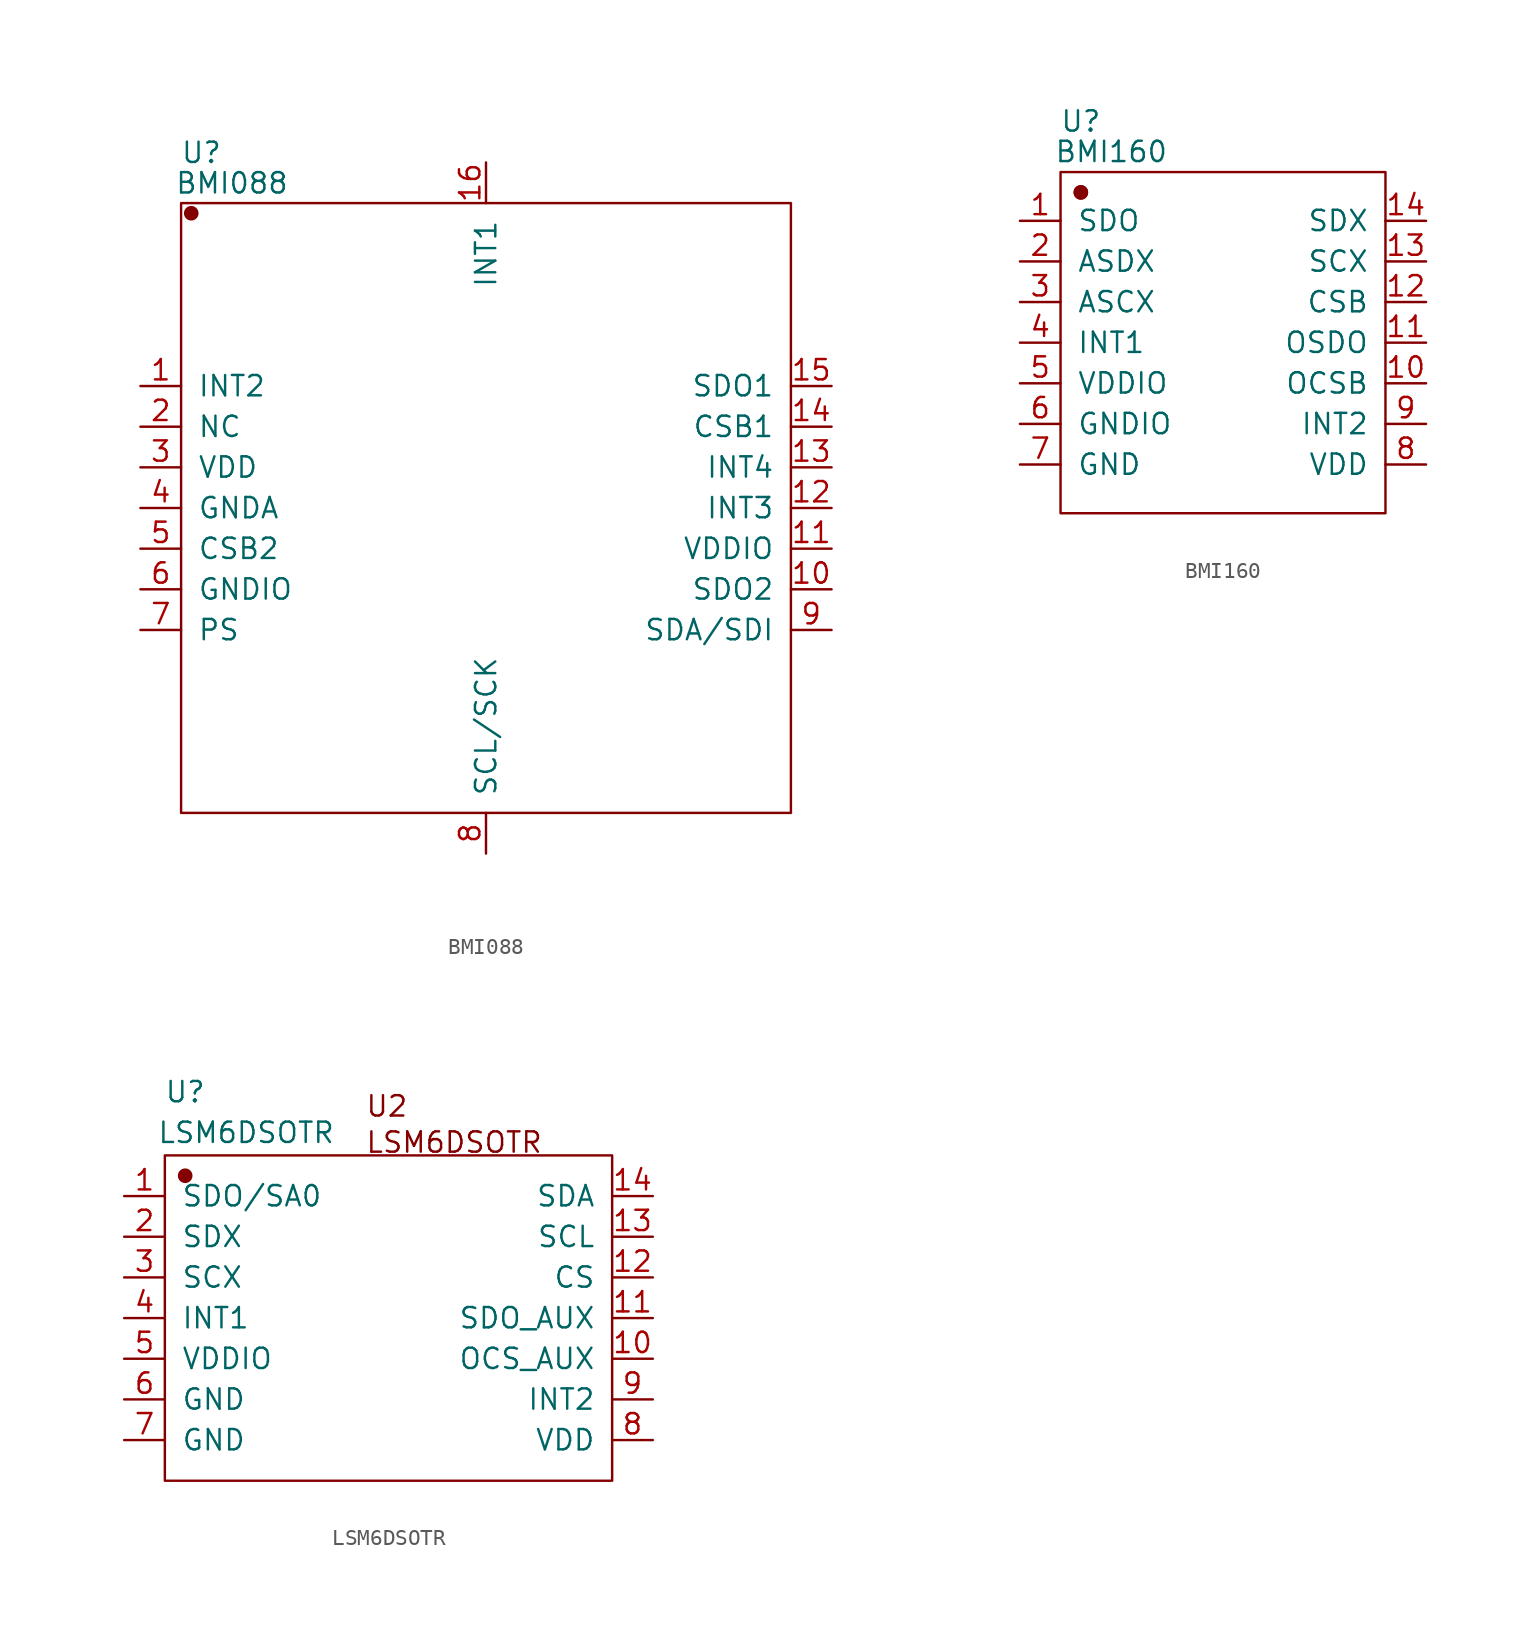
<source format=kicad_sym>
(kicad_symbol_lib
  (version 20220914)
  (generator kicad_symbol_editor)
  (symbol "BMI088"
    (pin_names
      (offset 1.016))
    (property "Reference" "U"
      (at -17.78 22.2 0)
      (effects (font (size 1.27 1.27))))
    (property "Value" "BMI088"
      (at -15.875 20.295 0)
      (effects (font (size 1.27 1.27))))
    (symbol "BMI088_1_1"
      (rectangle (start -19.05 19.05) (end 19.05 -19.05) (stroke (width 0.152) (type solid)) (fill (type none)))
      (circle (center -18.415 18.415) (radius 0.381) (stroke (width 0.152) (type solid)) (fill (type outline)))
      (pin input line (at -21.59 7.62 0) (length 2.54) (name "INT2" (effects (font (size 1.27 1.27)))) (number "1" (effects (font (size 1.27 1.27)))))
      (pin input line (at 21.59 -5.08 180) (length 2.54) (name "SDO2" (effects (font (size 1.27 1.27)))) (number "10" (effects (font (size 1.27 1.27)))))
      (pin input line (at 21.59 -2.54 180) (length 2.54) (name "VDDIO" (effects (font (size 1.27 1.27)))) (number "11" (effects (font (size 1.27 1.27)))))
      (pin input line (at 21.59 0 180) (length 2.54) (name "INT3" (effects (font (size 1.27 1.27)))) (number "12" (effects (font (size 1.27 1.27)))))
      (pin input line (at 21.59 2.54 180) (length 2.54) (name "INT4" (effects (font (size 1.27 1.27)))) (number "13" (effects (font (size 1.27 1.27)))))
      (pin input line (at 21.59 5.08 180) (length 2.54) (name "CSB1" (effects (font (size 1.27 1.27)))) (number "14" (effects (font (size 1.27 1.27)))))
      (pin input line (at 21.59 7.62 180) (length 2.54) (name "SDO1" (effects (font (size 1.27 1.27)))) (number "15" (effects (font (size 1.27 1.27)))))
      (pin input line (at 0 21.59 270) (length 2.54) (name "INT1" (effects (font (size 1.27 1.27)))) (number "16" (effects (font (size 1.27 1.27)))))
      (pin input line (at -21.59 5.08 0) (length 2.54) (name "NC" (effects (font (size 1.27 1.27)))) (number "2" (effects (font (size 1.27 1.27)))))
      (pin input line (at -21.59 2.54 0) (length 2.54) (name "VDD" (effects (font (size 1.27 1.27)))) (number "3" (effects (font (size 1.27 1.27)))))
      (pin input line (at -21.59 0 0) (length 2.54) (name "GNDA" (effects (font (size 1.27 1.27)))) (number "4" (effects (font (size 1.27 1.27)))))
      (pin input line (at -21.59 -2.54 0) (length 2.54) (name "CSB2" (effects (font (size 1.27 1.27)))) (number "5" (effects (font (size 1.27 1.27)))))
      (pin input line (at -21.59 -5.08 0) (length 2.54) (name "GNDIO" (effects (font (size 1.27 1.27)))) (number "6" (effects (font (size 1.27 1.27)))))
      (pin input line (at -21.59 -7.62 0) (length 2.54) (name "PS" (effects (font (size 1.27 1.27)))) (number "7" (effects (font (size 1.27 1.27)))))
      (pin input line (at 0 -21.59 90) (length 2.54) (name "SCL/SCK" (effects (font (size 1.27 1.27)))) (number "8" (effects (font (size 1.27 1.27)))))
      (pin input line (at 21.59 -7.62 180) (length 2.54) (name "SDA/SDI" (effects (font (size 1.27 1.27)))) (number "9" (effects (font (size 1.27 1.27)))))))
  (symbol "BMI160"
    (pin_names
      (offset 1.016))
    (property "Reference" "U"
      (at -8.89 13.843 0)
      (effects (font (size 1.27 1.27))))
    (property "Value" "BMI160"
      (at -6.985 11.938 0)
      (effects (font (size 1.27 1.27))))
    (symbol "BMI160_1_1"
      (rectangle (start -10.16 10.668) (end 10.16 -10.668) (stroke (width 0.152) (type solid)) (fill (type none)))
      (circle (center -8.89 9.398) (radius 0.381) (stroke (width 0.152) (type solid)) (fill (type outline)))
      (circle (center -8.89 9.398) (radius 0.381) (stroke (width 0.152) (type solid)) (fill (type outline)))
      (pin input line (at -12.7 7.62 0) (length 2.54) (name "SDO" (effects (font (size 1.27 1.27)))) (number "1" (effects (font (size 1.27 1.27)))))
      (pin input line (at 12.7 -2.54 180) (length 2.54) (name "OCSB" (effects (font (size 1.27 1.27)))) (number "10" (effects (font (size 1.27 1.27)))))
      (pin input line (at 12.7 0 180) (length 2.54) (name "OSDO" (effects (font (size 1.27 1.27)))) (number "11" (effects (font (size 1.27 1.27)))))
      (pin input line (at 12.7 2.54 180) (length 2.54) (name "CSB" (effects (font (size 1.27 1.27)))) (number "12" (effects (font (size 1.27 1.27)))))
      (pin input line (at 12.7 5.08 180) (length 2.54) (name "SCX" (effects (font (size 1.27 1.27)))) (number "13" (effects (font (size 1.27 1.27)))))
      (pin input line (at 12.7 7.62 180) (length 2.54) (name "SDX" (effects (font (size 1.27 1.27)))) (number "14" (effects (font (size 1.27 1.27)))))
      (pin input line (at -12.7 5.08 0) (length 2.54) (name "ASDX" (effects (font (size 1.27 1.27)))) (number "2" (effects (font (size 1.27 1.27)))))
      (pin input line (at -12.7 2.54 0) (length 2.54) (name "ASCX" (effects (font (size 1.27 1.27)))) (number "3" (effects (font (size 1.27 1.27)))))
      (pin input line (at -12.7 0 0) (length 2.54) (name "INT1" (effects (font (size 1.27 1.27)))) (number "4" (effects (font (size 1.27 1.27)))))
      (pin input line (at -12.7 -2.54 0) (length 2.54) (name "VDDIO" (effects (font (size 1.27 1.27)))) (number "5" (effects (font (size 1.27 1.27)))))
      (pin input line (at -12.7 -5.08 0) (length 2.54) (name "GNDIO" (effects (font (size 1.27 1.27)))) (number "6" (effects (font (size 1.27 1.27)))))
      (pin input line (at -12.7 -7.62 0) (length 2.54) (name "GND" (effects (font (size 1.27 1.27)))) (number "7" (effects (font (size 1.27 1.27)))))
      (pin input line (at 12.7 -7.62 180) (length 2.54) (name "VDD" (effects (font (size 1.27 1.27)))) (number "8" (effects (font (size 1.27 1.27)))))
      (pin input line (at 12.7 -5.08 180) (length 2.54) (name "INT2" (effects (font (size 1.27 1.27)))) (number "9" (effects (font (size 1.27 1.27)))))))
  (symbol "LSM6DSOTR"
    (pin_names
      (offset 1.016))
    (property "Reference" "U"
      (at -11.43 14.122 0)
      (effects (font (size 1.27 1.27))))
    (property "Value" "LSM6DSOTR"
      (at -7.62 11.582 0)
      (effects (font (size 1.27 1.27))))
    (symbol "LSM6DSOTR_1_1"
      (rectangle (start -12.7 10.16) (end 15.24 -10.16) (stroke (width 0.152) (type solid)) (fill (type none)))
      (circle (center -11.43 8.89) (radius 0.381) (stroke (width 0.152) (type solid)) (fill (type outline)))
      (text "LSM6DSOTR" (at -0.203 10.973 0) (effects (font (size 1.27 1.27)) (justify left)))
      (text "U2" (at -0.203 13.233 0) (effects (font (size 1.27 1.27)) (justify left)))
      (pin input line (at -15.24 7.62 0) (length 2.54) (name "SDO/SA0" (effects (font (size 1.27 1.27)))) (number "1" (effects (font (size 1.27 1.27)))))
      (pin input line (at 17.78 -2.54 180) (length 2.54) (name "OCS_AUX" (effects (font (size 1.27 1.27)))) (number "10" (effects (font (size 1.27 1.27)))))
      (pin input line (at 17.78 0 180) (length 2.54) (name "SDO_AUX" (effects (font (size 1.27 1.27)))) (number "11" (effects (font (size 1.27 1.27)))))
      (pin input line (at 17.78 2.54 180) (length 2.54) (name "CS" (effects (font (size 1.27 1.27)))) (number "12" (effects (font (size 1.27 1.27)))))
      (pin input line (at 17.78 5.08 180) (length 2.54) (name "SCL" (effects (font (size 1.27 1.27)))) (number "13" (effects (font (size 1.27 1.27)))))
      (pin input line (at 17.78 7.62 180) (length 2.54) (name "SDA" (effects (font (size 1.27 1.27)))) (number "14" (effects (font (size 1.27 1.27)))))
      (pin input line (at -15.24 5.08 0) (length 2.54) (name "SDX" (effects (font (size 1.27 1.27)))) (number "2" (effects (font (size 1.27 1.27)))))
      (pin input line (at -15.24 2.54 0) (length 2.54) (name "SCX" (effects (font (size 1.27 1.27)))) (number "3" (effects (font (size 1.27 1.27)))))
      (pin input line (at -15.24 0 0) (length 2.54) (name "INT1" (effects (font (size 1.27 1.27)))) (number "4" (effects (font (size 1.27 1.27)))))
      (pin input line (at -15.24 -2.54 0) (length 2.54) (name "VDDIO" (effects (font (size 1.27 1.27)))) (number "5" (effects (font (size 1.27 1.27)))))
      (pin input line (at -15.24 -5.08 0) (length 2.54) (name "GND" (effects (font (size 1.27 1.27)))) (number "6" (effects (font (size 1.27 1.27)))))
      (pin input line (at -15.24 -7.62 0) (length 2.54) (name "GND" (effects (font (size 1.27 1.27)))) (number "7" (effects (font (size 1.27 1.27)))))
      (pin input line (at 17.78 -7.62 180) (length 2.54) (name "VDD" (effects (font (size 1.27 1.27)))) (number "8" (effects (font (size 1.27 1.27)))))
      (pin input line (at 17.78 -5.08 180) (length 2.54) (name "INT2" (effects (font (size 1.27 1.27)))) (number "9" (effects (font (size 1.27 1.27))))))))
</source>
